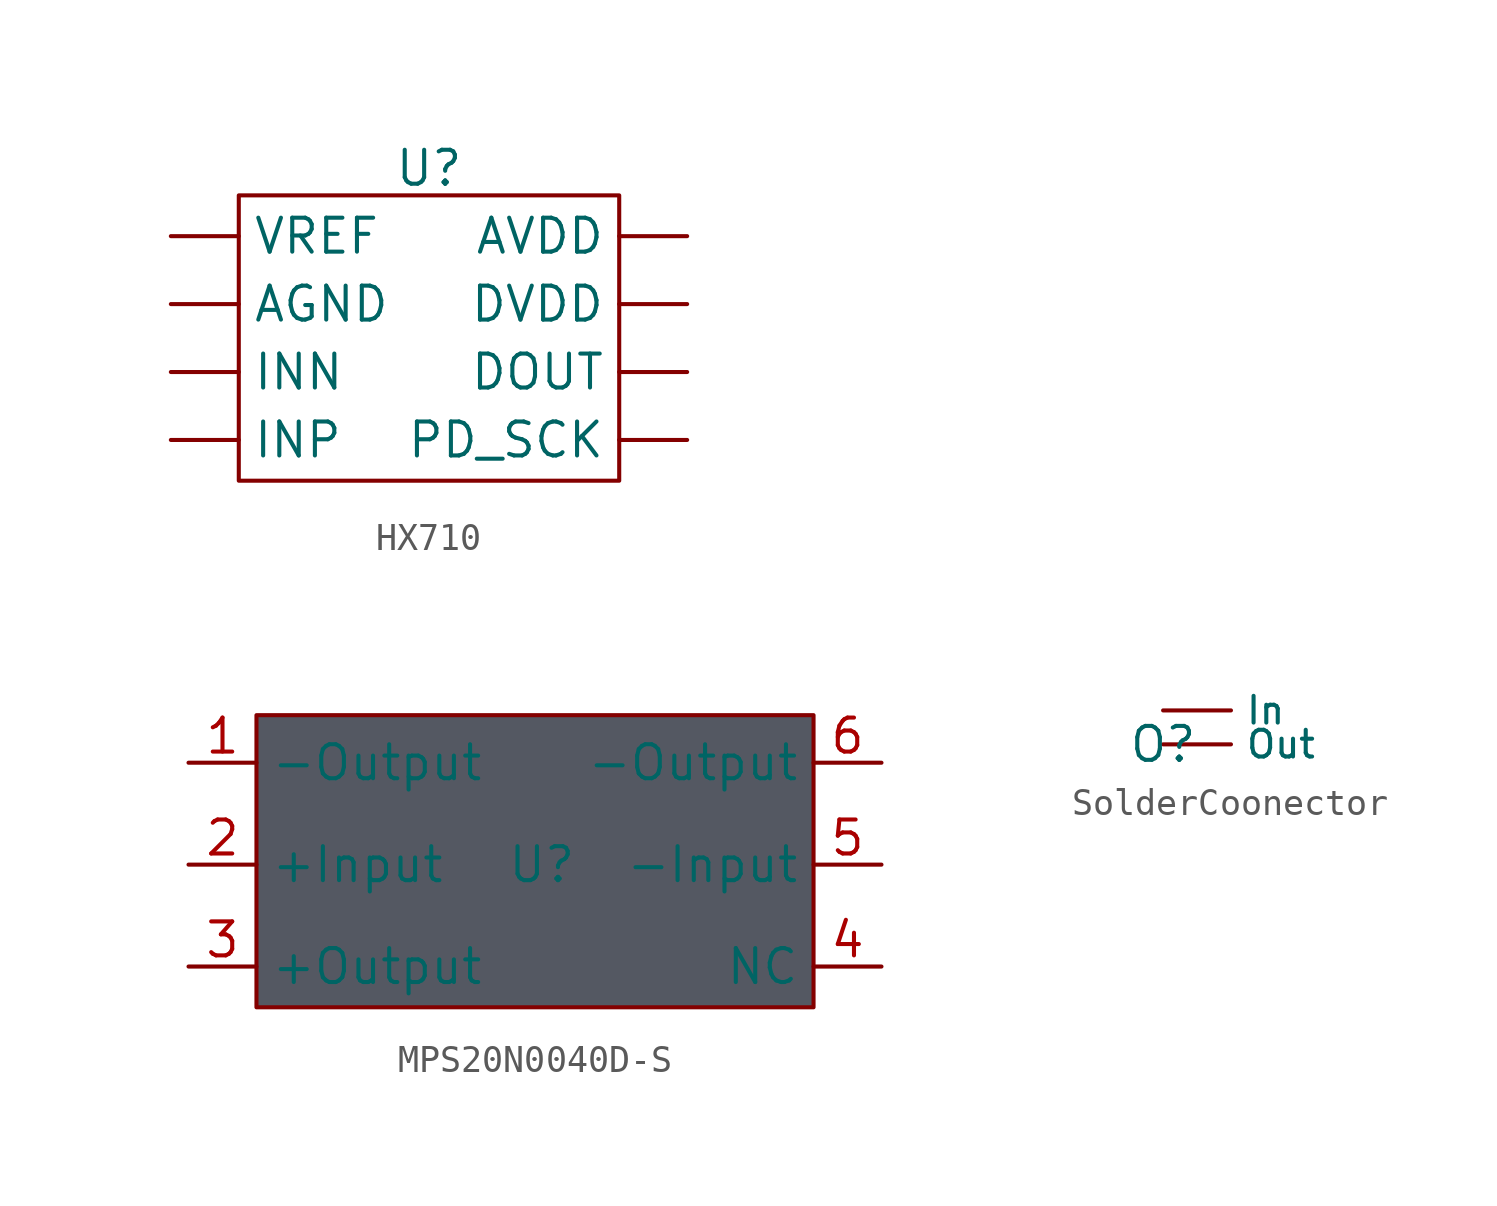
<source format=kicad_sym>
(kicad_symbol_lib
  (version 20241209)
  (generator "kicad_symbol_editor")
  (generator_version "9.0")
  (symbol "HX710"
    (property "Reference" "U"
      (at 0 6.35 0)
      (effects (font (size 1.27 1.27))))
    (property "Value" ""
      (at 0 0 0)
      (effects (font (size 1.27 1.27))))
    (symbol "HX710_0_1"
      (rectangle (start -7.112 5.334) (end 7.112 -5.334) (stroke (width 0) (type default)) (fill (type none))))
    (symbol "HX710_1_1"
      (pin input line (at -9.652 3.81 0) (length 2.54) (name "VREF" (effects (font (size 1.27 1.27)))) (number "" (effects (font (size 1.27 1.27)))))
      (pin input line (at -9.652 1.27 0) (length 2.54) (name "AGND" (effects (font (size 1.27 1.27)))) (number "" (effects (font (size 1.27 1.27)))))
      (pin input line (at -9.652 -1.27 0) (length 2.54) (name "INN" (effects (font (size 1.27 1.27)))) (number "" (effects (font (size 1.27 1.27)))))
      (pin input line (at -9.652 -3.81 0) (length 2.54) (name "INP" (effects (font (size 1.27 1.27)))) (number "" (effects (font (size 1.27 1.27)))))
      (pin input line (at 9.652 3.81 180) (length 2.54) (name "AVDD" (effects (font (size 1.27 1.27)))) (number "" (effects (font (size 1.27 1.27)))))
      (pin input line (at 9.652 1.27 180) (length 2.54) (name "DVDD" (effects (font (size 1.27 1.27)))) (number "" (effects (font (size 1.27 1.27)))))
      (pin input line (at 9.652 -1.27 180) (length 2.54) (name "DOUT" (effects (font (size 1.27 1.27)))) (number "" (effects (font (size 1.27 1.27)))))
      (pin input line (at 9.652 -3.81 180) (length 2.54) (name "PD_SCK" (effects (font (size 1.27 1.27)))) (number "" (effects (font (size 1.27 1.27)))))))
  (symbol "MPS20N0040D-S"
    (property "Reference" "U"
      (at 0 0 0)
      (effects (font (size 1.27 1.27))))
    (property "Value" ""
      (at 0 0 0)
      (effects (font (size 1.27 1.27))))
    (symbol "MPS20N0040D-S_1_1"
      (rectangle (start -10.668 5.588) (end 10.16 -5.334) (stroke (width 0) (type solid)) (fill (type color) (color 84 88 98 1)))
      (pin input line (at -13.208 3.81 0) (length 2.54) (name "-Output" (effects (font (size 1.27 1.27)))) (number "1" (effects (font (size 1.27 1.27)))))
      (pin input line (at -13.208 0 0) (length 2.54) (name "+Input" (effects (font (size 1.27 1.27)))) (number "2" (effects (font (size 1.27 1.27)))))
      (pin input line (at -13.208 -3.81 0) (length 2.54) (name "+Output" (effects (font (size 1.27 1.27)))) (number "3" (effects (font (size 1.27 1.27)))))
      (pin input line (at 12.7 3.81 180) (length 2.54) (name "-Output" (effects (font (size 1.27 1.27)))) (number "6" (effects (font (size 1.27 1.27)))))
      (pin input line (at 12.7 0 180) (length 2.54) (name "-Input" (effects (font (size 1.27 1.27)))) (number "5" (effects (font (size 1.27 1.27)))))
      (pin input line (at 12.7 -3.81 180) (length 2.54) (name "NC" (effects (font (size 1.27 1.27)))) (number "4" (effects (font (size 1.27 1.27)))))))
  (symbol "SolderCoonector"
    (property "Reference" "O"
      (at 0 0 0)
      (effects (font (size 1.27 1.27))))
    (property "Value" ""
      (at 0 0 0)
      (effects (font (size 1.27 1.27))))
    (symbol "SolderCoonector_1_1"
      (pin input line (at 0 1.27 0) (length 2.54) (name "In" (effects (font (size 1 1)))) (number "" (effects (font (size 1.27 1.27)))))
      (pin input line (at 0 0 0) (length 2.54) (name "Out" (effects (font (size 1 1)))) (number "" (effects (font (size 1.27 1.27))))))))
</source>
